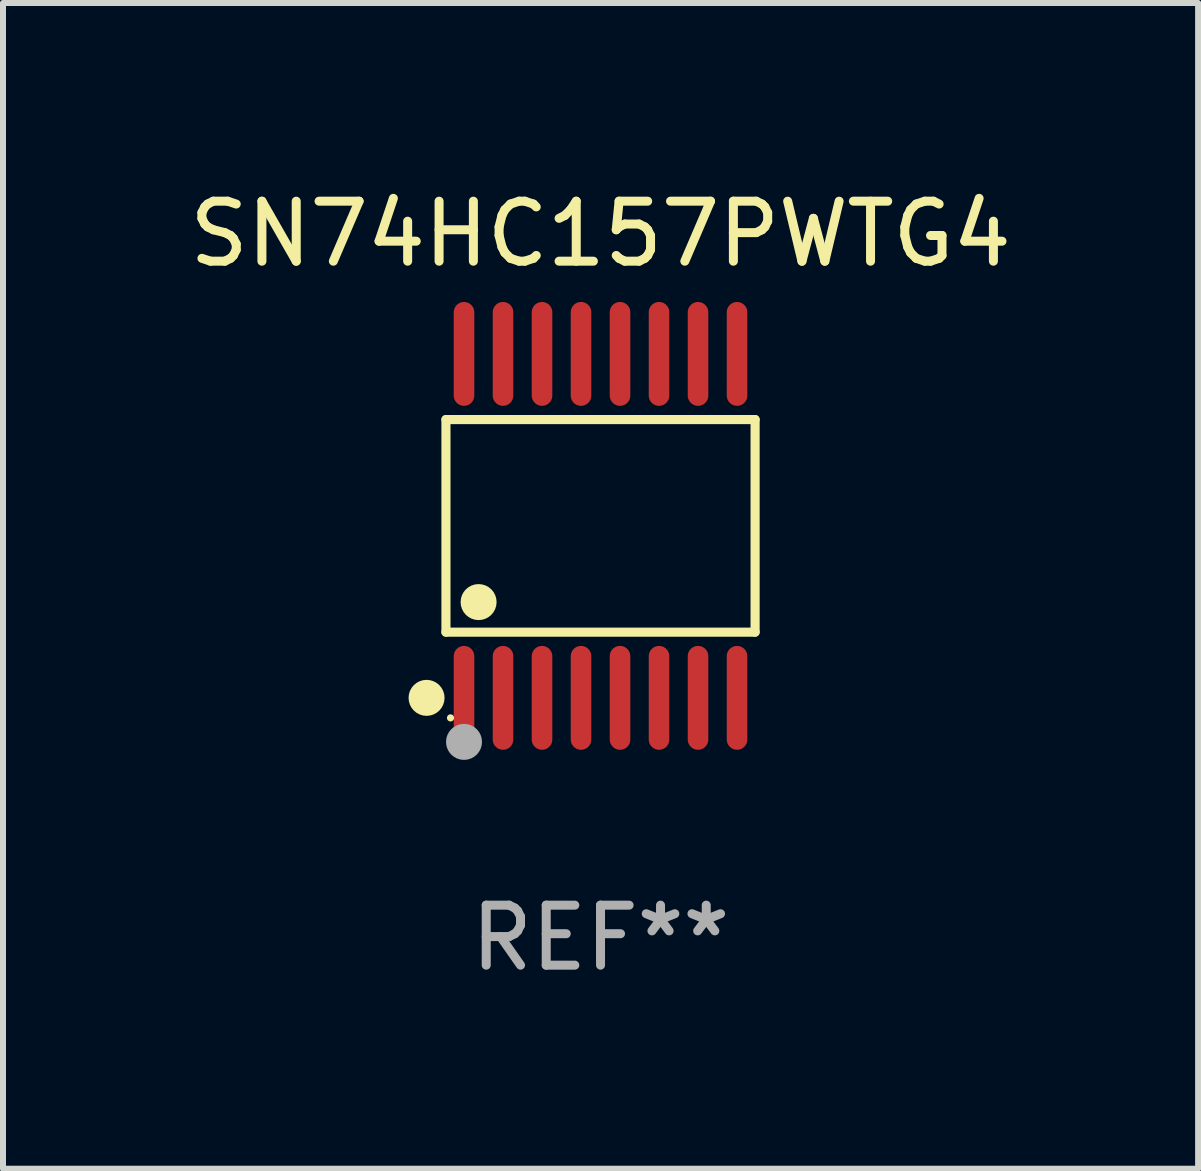
<source format=kicad_pcb>
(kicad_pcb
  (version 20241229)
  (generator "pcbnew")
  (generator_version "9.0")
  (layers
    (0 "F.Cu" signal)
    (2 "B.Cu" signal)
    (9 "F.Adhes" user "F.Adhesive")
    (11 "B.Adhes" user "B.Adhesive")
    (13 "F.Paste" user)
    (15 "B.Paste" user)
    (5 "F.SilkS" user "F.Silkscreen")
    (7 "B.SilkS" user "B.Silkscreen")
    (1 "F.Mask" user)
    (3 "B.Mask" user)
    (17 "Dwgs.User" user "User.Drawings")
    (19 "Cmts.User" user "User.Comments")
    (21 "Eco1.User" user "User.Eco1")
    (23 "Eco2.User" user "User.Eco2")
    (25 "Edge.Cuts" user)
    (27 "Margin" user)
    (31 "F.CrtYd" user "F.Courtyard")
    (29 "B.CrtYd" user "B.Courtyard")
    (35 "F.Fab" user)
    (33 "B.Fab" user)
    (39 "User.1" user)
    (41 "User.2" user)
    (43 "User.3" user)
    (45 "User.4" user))
  (footprint "SN74HC157PWTG4"
    (layer "F.Cu")
    (at 6.958 5.714)
    (property "Reference" "SN74HC157PWTG4" (at 0 -4.866 0) (layer "F.SilkS") (effects (font (size 1 1) (thickness 0.15))))
    (attr through_hole)
    (fp_line (start -2.576 -1.772) (end 2.576 -1.772) (stroke (width 0.152) (type solid)) (layer "F.SilkS"))
    (fp_line (start -2.576 1.771) (end -2.576 -1.772) (stroke (width 0.152) (type solid)) (layer "F.SilkS"))
    (fp_line (start 2.576 -1.772) (end 2.576 1.771) (stroke (width 0.152) (type solid)) (layer "F.SilkS"))
    (fp_line (start 2.576 1.771) (end -2.576 1.771) (stroke (width 0.152) (type solid)) (layer "F.SilkS"))
    (fp_circle (center -2.899 2.866) (end -2.749 2.866) (stroke (width 0.3) (type solid)) (fill no) (layer "F.SilkS"))
    (fp_circle (center -2.5 3.2) (end -2.47 3.2) (stroke (width 0.06) (type solid)) (fill no) (layer "F.SilkS"))
    (fp_circle (center -2.032 1.27) (end -1.882 1.27) (stroke (width 0.3) (type solid)) (fill no) (layer "F.SilkS"))
    (fp_circle (center -2.275 3.6) (end -2.125 3.6) (stroke (width 0.3) (type solid)) (fill no) (layer "F.Fab"))
    (fp_text user "REF**" (at 0 6.866 0) (layer "F.Fab") (effects (font (size 1 1) (thickness 0.15))))
    (pad "1" smd oval (at -2.275 2.866) (size 0.343 1.731) (layers "F.Cu" "F.Mask" "F.Paste"))
    (pad "2" smd oval (at -1.625 2.866) (size 0.343 1.731) (layers "F.Cu" "F.Mask" "F.Paste"))
    (pad "3" smd oval (at -0.975 2.866) (size 0.343 1.731) (layers "F.Cu" "F.Mask" "F.Paste"))
    (pad "4" smd oval (at -0.325 2.866) (size 0.343 1.731) (layers "F.Cu" "F.Mask" "F.Paste"))
    (pad "5" smd oval (at 0.325 2.866) (size 0.343 1.731) (layers "F.Cu" "F.Mask" "F.Paste"))
    (pad "6" smd oval (at 0.975 2.866) (size 0.343 1.731) (layers "F.Cu" "F.Mask" "F.Paste"))
    (pad "7" smd oval (at 1.625 2.866) (size 0.343 1.731) (layers "F.Cu" "F.Mask" "F.Paste"))
    (pad "8" smd oval (at 2.275 2.866) (size 0.343 1.731) (layers "F.Cu" "F.Mask" "F.Paste"))
    (pad "9" smd oval (at 2.275 -2.866) (size 0.343 1.731) (layers "F.Cu" "F.Mask" "F.Paste"))
    (pad "10" smd oval (at 1.625 -2.866) (size 0.343 1.731) (layers "F.Cu" "F.Mask" "F.Paste"))
    (pad "11" smd oval (at 0.975 -2.866) (size 0.343 1.731) (layers "F.Cu" "F.Mask" "F.Paste"))
    (pad "12" smd oval (at 0.325 -2.866) (size 0.343 1.731) (layers "F.Cu" "F.Mask" "F.Paste"))
    (pad "13" smd oval (at -0.325 -2.866) (size 0.343 1.731) (layers "F.Cu" "F.Mask" "F.Paste"))
    (pad "14" smd oval (at -0.975 -2.866) (size 0.343 1.731) (layers "F.Cu" "F.Mask" "F.Paste"))
    (pad "15" smd oval (at -1.625 -2.866) (size 0.343 1.731) (layers "F.Cu" "F.Mask" "F.Paste"))
    (pad "16" smd oval (at -2.275 -2.866) (size 0.343 1.731) (layers "F.Cu" "F.Mask" "F.Paste")))
  (gr_rect
    (start -3 -3)
    (end 16.917 16.428)
    (stroke (width 0.1) (type default))
    (fill no)
    (layer "Edge.Cuts")))
</source>
